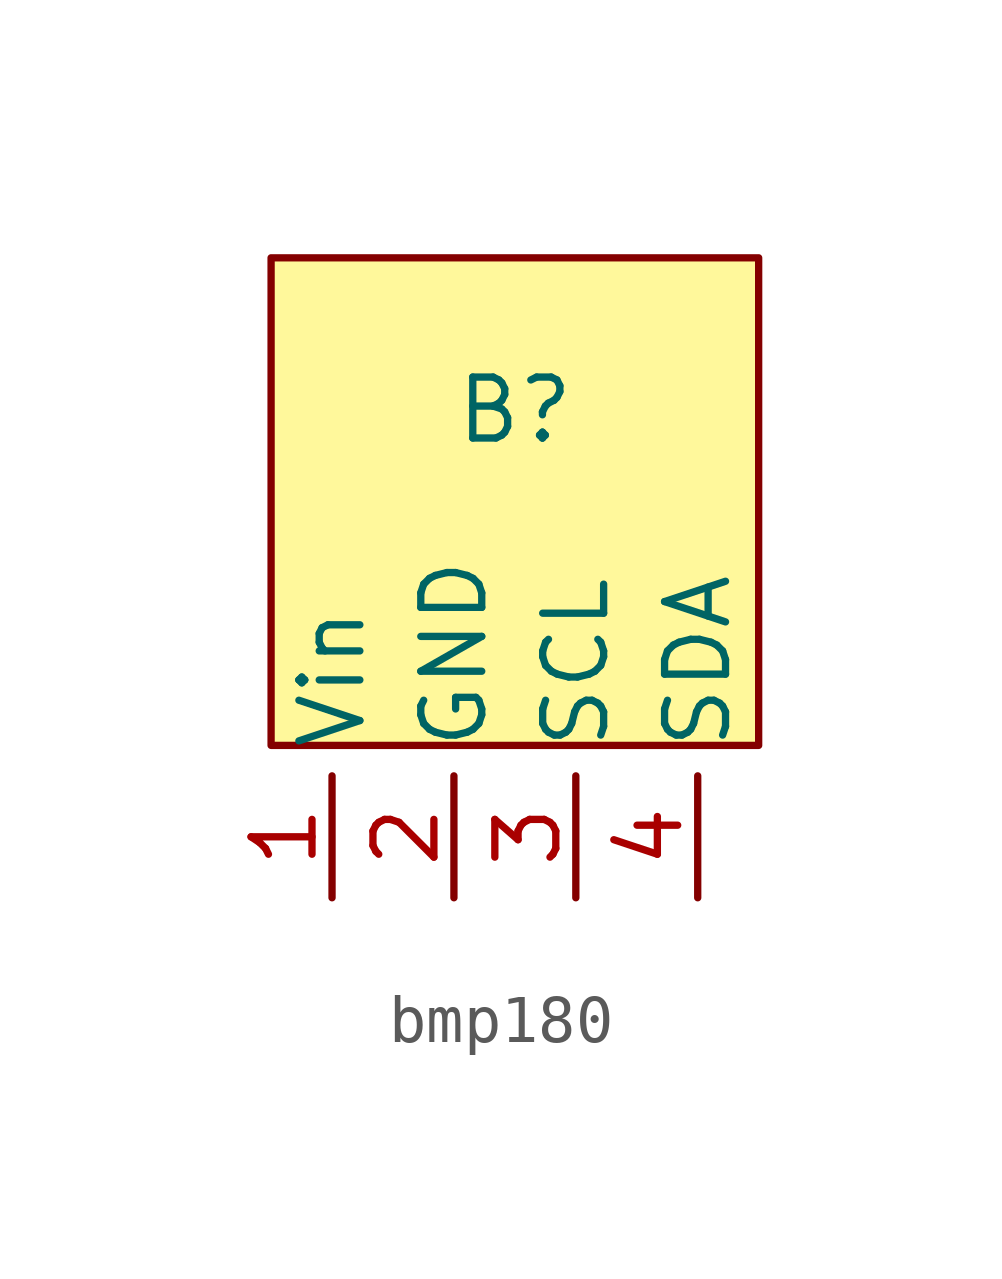
<source format=kicad_sym>
(kicad_symbol_lib
  (version 20241209)
  (generator "kicad_symbol_editor")
  (generator_version "9.0")
  (symbol "bmp180"
    (property "Reference" "B"
      (at 0 0 0)
      (effects (font (size 1.27 1.27))))
    (property "Value" ""
      (at 0 0 0)
      (effects (font (size 1.27 1.27))))
    (symbol "bmp180_1_1"
      (rectangle (start -5.08 3.175) (end 5.08 -6.985) (stroke (width 0) (type solid)) (fill (type color) (color 255 248 155 1)))
      (pin input line (at -3.81 -10.16 90) (length 2.54) (name "Vin" (effects (font (size 1.27 1.27)))) (number "1" (effects (font (size 1.27 1.27)))))
      (pin input line (at -1.27 -10.16 90) (length 2.54) (name "GND" (effects (font (size 1.27 1.27)))) (number "2" (effects (font (size 1.27 1.27)))))
      (pin input line (at 1.27 -10.16 90) (length 2.54) (name "SCL" (effects (font (size 1.27 1.27)))) (number "3" (effects (font (size 1.27 1.27)))))
      (pin input line (at 3.81 -10.16 90) (length 2.54) (name "SDA" (effects (font (size 1.27 1.27)))) (number "4" (effects (font (size 1.27 1.27))))))))
</source>
